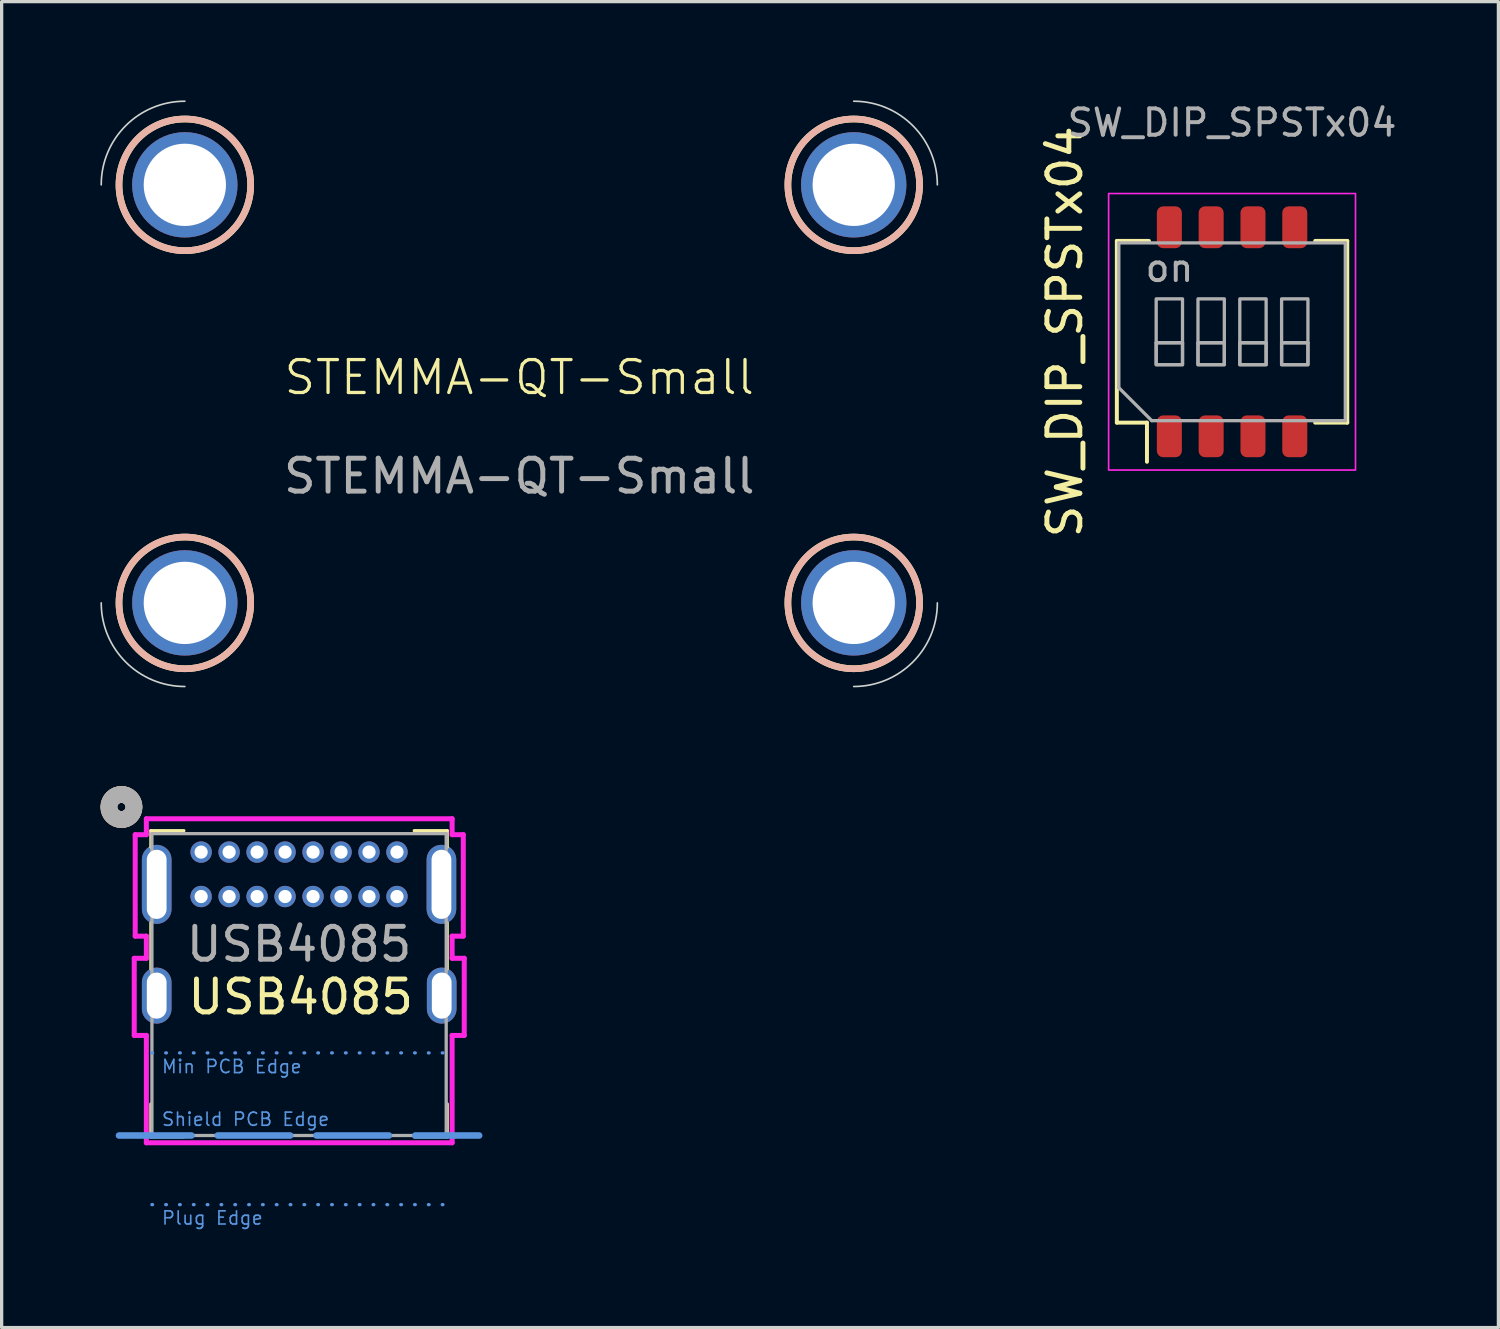
<source format=kicad_pcb>
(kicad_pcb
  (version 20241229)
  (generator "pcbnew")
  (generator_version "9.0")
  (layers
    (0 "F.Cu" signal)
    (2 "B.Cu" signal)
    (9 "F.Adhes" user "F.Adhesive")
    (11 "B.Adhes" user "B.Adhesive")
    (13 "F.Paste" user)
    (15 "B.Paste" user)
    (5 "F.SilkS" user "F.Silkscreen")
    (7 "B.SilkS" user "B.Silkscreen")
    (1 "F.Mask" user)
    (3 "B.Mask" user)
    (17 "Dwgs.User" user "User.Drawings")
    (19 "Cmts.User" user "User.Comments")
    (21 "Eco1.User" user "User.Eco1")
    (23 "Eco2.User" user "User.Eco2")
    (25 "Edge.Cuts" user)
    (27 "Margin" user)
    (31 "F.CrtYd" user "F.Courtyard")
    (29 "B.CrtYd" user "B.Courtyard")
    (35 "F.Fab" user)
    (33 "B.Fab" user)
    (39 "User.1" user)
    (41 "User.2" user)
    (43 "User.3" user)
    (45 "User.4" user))
  (footprint "STEMMA-QT-Small"
    (layer "F.Cu")
    (at 12.725 8.915)
    (property "Reference" "STEMMA-QT-Small" (at 0 -0.5 0) (unlocked yes) (layer "F.SilkS") (effects (font (size 1 1) (thickness 0.1))))
    (attr through_hole)
    (fp_circle (center -10.16 -6.35) (end -8.16 -6.35) (stroke (width 0.203) (type solid)) (fill no) (layer "F.SilkS"))
    (fp_circle (center -10.16 6.35) (end -8.16 6.35) (stroke (width 0.203) (type solid)) (fill no) (layer "F.SilkS"))
    (fp_circle (center 10.16 -6.35) (end 12.16 -6.35) (stroke (width 0.203) (type solid)) (fill no) (layer "F.SilkS"))
    (fp_circle (center 10.16 6.35) (end 12.16 6.35) (stroke (width 0.203) (type solid)) (fill no) (layer "F.SilkS"))
    (fp_circle (center -10.16 -6.35) (end -8.16 -6.35) (stroke (width 0.203) (type solid)) (fill no) (layer "B.SilkS"))
    (fp_circle (center -10.16 6.35) (end -8.16 6.35) (stroke (width 0.203) (type solid)) (fill no) (layer "B.SilkS"))
    (fp_circle (center 10.16 -6.35) (end 12.16 -6.35) (stroke (width 0.203) (type solid)) (fill no) (layer "B.SilkS"))
    (fp_circle (center 10.16 6.35) (end 12.16 6.35) (stroke (width 0.203) (type solid)) (fill no) (layer "B.SilkS"))
    (fp_arc (start -12.7 -6.35) (mid -11.956051 -8.146051) (end -10.16 -8.89) (stroke (width 0.05) (type default)) (layer "Edge.Cuts"))
    (fp_arc (start -10.16 8.89) (mid -11.956051 8.146051) (end -12.7 6.35) (stroke (width 0.05) (type default)) (layer "Edge.Cuts"))
    (fp_arc (start 10.16 -8.89) (mid 11.956051 -8.146051) (end 12.7 -6.35) (stroke (width 0.05) (type default)) (layer "Edge.Cuts"))
    (fp_arc (start 12.7 6.35) (mid 11.956051 8.146051) (end 10.16 8.89) (stroke (width 0.05) (type default)) (layer "Edge.Cuts"))
    (fp_line (start -12.7 6.35) (end -12.7 -6.35) (stroke (width 0.05) (type dash)) (layer "User.3"))
    (fp_line (start -10.16 -8.89) (end 10.16 -8.89) (stroke (width 0.05) (type dash)) (layer "User.3"))
    (fp_line (start 10.16 8.89) (end -10.16 8.89) (stroke (width 0.05) (type dash)) (layer "User.3"))
    (fp_line (start 12.7 -6.35) (end 12.7 6.35) (stroke (width 0.05) (type dash)) (layer "User.3"))
    (fp_text user "${REFERENCE}" (at 0 2.5 0) (unlocked yes) (layer "F.Fab") (effects (font (size 1 1) (thickness 0.15))))
    (pad "MP" thru_hole circle (at -10.16 -6.35) (size 3.2 3.2) (drill 2.5) (layers "*.Cu" "*.Mask"))
    (pad "MP" thru_hole circle (at -10.16 6.35) (size 3.2 3.2) (drill 2.5) (layers "*.Cu" "*.Mask"))
    (pad "MP" thru_hole circle (at 10.16 -6.35) (size 3.2 3.2) (drill 2.5) (layers "*.Cu" "*.Mask"))
    (pad "MP" thru_hole circle (at 10.16 6.35) (size 3.2 3.2) (drill 2.5) (layers "*.Cu" "*.Mask")))
  (footprint "USB4085"
    (layer "F.Cu")
    (at 6.035 24.185)
    (property "Reference" "USB4085" (at 0.05 3.05 0) (unlocked yes) (layer "F.SilkS") (effects (font (size 1 1) (thickness 0.15))))
    (attr through_hole)
    (fp_line (start -4.5 -2) (end -4.5 -1.5) (stroke (width 0.1) (type default)) (layer "F.SilkS"))
    (fp_line (start -4.5 -2) (end -3.5 -2) (stroke (width 0.1) (type default)) (layer "F.SilkS"))
    (fp_line (start -4.5 0.8) (end -4.5 2.2) (stroke (width 0.1) (type default)) (layer "F.SilkS"))
    (fp_line (start -4.5 7.3) (end -4.5 6.3) (stroke (width 0.1) (type default)) (layer "F.SilkS"))
    (fp_line (start -4.5 7.3) (end -3.5 7.3) (stroke (width 0.1) (type default)) (layer "F.SilkS"))
    (fp_line (start 4.5 -2) (end 3.5 -2) (stroke (width 0.1) (type default)) (layer "F.SilkS"))
    (fp_line (start 4.5 -1.5) (end 4.5 -2) (stroke (width 0.1) (type default)) (layer "F.SilkS"))
    (fp_line (start 4.5 0.8) (end 4.5 2.2) (stroke (width 0.1) (type default)) (layer "F.SilkS"))
    (fp_line (start 4.5 7.3) (end 3.5 7.3) (stroke (width 0.1) (type default)) (layer "F.SilkS"))
    (fp_line (start 4.5 7.3) (end 4.5 6.3) (stroke (width 0.1) (type default)) (layer "F.SilkS"))
    (fp_circle (center -5.394 -2.72) (end -5.013 -2.72) (stroke (width 0.508) (type solid)) (fill no) (layer "F.SilkS"))
    (fp_circle (center -5.4 -2.719) (end -5.019 -2.719) (stroke (width 0.508) (type solid)) (fill no) (layer "B.SilkS"))
    (fp_line (start -5.47 7.26) (end 5.47 7.26) (stroke (width 0.2) (type dash)) (layer "Cmts.User"))
    (fp_line (start -4.47 4.75) (end 4.47 4.75) (stroke (width 0.1) (type dot)) (layer "Cmts.User"))
    (fp_line (start -4.47 9.36) (end 4.47 9.36) (stroke (width 0.1) (type dot)) (layer "Cmts.User"))
    (fp_line (start -5.007 1.876) (end -5.007 4.219) (stroke (width 0.152) (type solid)) (layer "F.CrtYd"))
    (fp_line (start -5.007 4.219) (end -4.639 4.219) (stroke (width 0.152) (type solid)) (layer "F.CrtYd"))
    (fp_line (start -4.978 -1.879) (end -4.978 1.204) (stroke (width 0.152) (type solid)) (layer "F.CrtYd"))
    (fp_line (start -4.978 1.204) (end -4.639 1.204) (stroke (width 0.152) (type solid)) (layer "F.CrtYd"))
    (fp_line (start -4.639 1.204) (end -4.639 1.876) (stroke (width 0.152) (type solid)) (layer "F.CrtYd"))
    (fp_line (start -4.639 1.876) (end -5.007 1.876) (stroke (width 0.152) (type solid)) (layer "F.CrtYd"))
    (fp_line (start -4.639 4.219) (end -4.639 7.481) (stroke (width 0.152) (type solid)) (layer "F.CrtYd"))
    (fp_line (start -4.639 7.481) (end 4.65 7.481) (stroke (width 0.152) (type solid)) (layer "F.CrtYd"))
    (fp_line (start -4.639 -2.362) (end -4.639 -1.879) (stroke (width 0.152) (type solid)) (layer "F.CrtYd"))
    (fp_line (start -4.639 -1.879) (end -4.978 -1.879) (stroke (width 0.152) (type solid)) (layer "F.CrtYd"))
    (fp_line (start 4.65 4.219) (end 5.018 4.219) (stroke (width 0.152) (type solid)) (layer "F.CrtYd"))
    (fp_line (start 4.65 7.481) (end 4.65 4.219) (stroke (width 0.152) (type solid)) (layer "F.CrtYd"))
    (fp_line (start 4.65 -1.879) (end 4.65 -2.362) (stroke (width 0.152) (type solid)) (layer "F.CrtYd"))
    (fp_line (start 4.65 1.204) (end 4.989 1.204) (stroke (width 0.152) (type solid)) (layer "F.CrtYd"))
    (fp_line (start 4.65 1.876) (end 4.65 1.204) (stroke (width 0.152) (type solid)) (layer "F.CrtYd"))
    (fp_line (start 4.65 -2.362) (end -4.639 -2.362) (stroke (width 0.152) (type solid)) (layer "F.CrtYd"))
    (fp_line (start 4.989 -1.879) (end 4.65 -1.879) (stroke (width 0.152) (type solid)) (layer "F.CrtYd"))
    (fp_line (start 4.989 1.204) (end 4.989 -1.879) (stroke (width 0.152) (type solid)) (layer "F.CrtYd"))
    (fp_line (start 5.018 1.876) (end 4.65 1.876) (stroke (width 0.152) (type solid)) (layer "F.CrtYd"))
    (fp_line (start 5.018 4.219) (end 5.018 1.876) (stroke (width 0.152) (type solid)) (layer "F.CrtYd"))
    (fp_line (start -4.47 -1.91) (end -4.47 7.26) (stroke (width 0.1) (type default)) (layer "F.Fab"))
    (fp_line (start -4.47 -1.91) (end 4.47 -1.91) (stroke (width 0.1) (type solid)) (layer "F.Fab"))
    (fp_line (start -4.47 7.26) (end 4.47 7.26) (stroke (width 0.1) (type solid)) (layer "F.Fab"))
    (fp_line (start 4.47 -1.91) (end 4.47 7.26) (stroke (width 0.1) (type default)) (layer "F.Fab"))
    (fp_circle (center -5.394 -2.72) (end -5.013 -2.72) (stroke (width 0.508) (type solid)) (fill no) (layer "F.Fab"))
    (fp_text user "Min PCB Edge" (at -4.2 5.4 0) (unlocked yes) (layer "Cmts.User") (effects (font (size 0.4 0.4) (thickness 0.05)) (justify left bottom)))
    (fp_text user "Plug Edge" (at -4.2 10 0) (unlocked yes) (layer "Cmts.User") (effects (font (size 0.4 0.4) (thickness 0.05)) (justify left bottom)))
    (fp_text user "Shield PCB Edge" (at -4.2 7 0) (unlocked yes) (layer "Cmts.User") (effects (font (size 0.4 0.4) (thickness 0.05)) (justify left bottom)))
    (fp_text user "${REFERENCE}" (at 0 1.45 0) (unlocked yes) (layer "F.Fab") (effects (font (size 1 1) (thickness 0.15))))
    (pad "" np_thru_hole oval (at -4.325 -0.37 90) (size 2.4 0.9) (drill oval 2.1 0.6) (layers "*.Cu" "*.Mask"))
    (pad "" np_thru_hole oval (at -4.325 3.01 90) (size 1.7 0.9) (drill oval 1.4 0.6) (layers "*.Cu" "*.Mask"))
    (pad "" np_thru_hole oval (at 4.325 -0.37 90) (size 2.4 0.9) (drill oval 2.1 0.6) (layers "*.Cu" "*.Mask"))
    (pad "" np_thru_hole oval (at 4.333 3.01 90) (size 1.7 0.9) (drill oval 1.4 0.6) (layers "*.Cu" "*.Mask"))
    (pad "A1" thru_hole circle (at -2.975 -1.35) (size 0.65 0.65) (drill 0.4) (layers "*.Cu" "*.Mask"))
    (pad "A4" thru_hole circle (at -2.125 -1.35) (size 0.65 0.65) (drill 0.4) (layers "*.Cu" "*.Mask"))
    (pad "A5" thru_hole circle (at -1.275 -1.35) (size 0.65 0.65) (drill 0.4) (layers "*.Cu" "*.Mask"))
    (pad "A6" thru_hole circle (at -0.425 -1.35) (size 0.65 0.65) (drill 0.4) (layers "*.Cu" "*.Mask"))
    (pad "A7" thru_hole circle (at 0.425 -1.35) (size 0.65 0.65) (drill 0.4) (layers "*.Cu" "*.Mask"))
    (pad "A8" thru_hole circle (at 1.275 -1.35) (size 0.65 0.65) (drill 0.4) (layers "*.Cu" "*.Mask"))
    (pad "A9" thru_hole circle (at 2.125 -1.35) (size 0.65 0.65) (drill 0.4) (layers "*.Cu" "*.Mask"))
    (pad "A12" thru_hole circle (at 2.975 -1.35) (size 0.65 0.65) (drill 0.4) (layers "*.Cu" "*.Mask"))
    (pad "B1" thru_hole circle (at 2.975 0) (size 0.65 0.65) (drill 0.4) (layers "*.Cu" "*.Mask"))
    (pad "B4" thru_hole circle (at 2.125 0) (size 0.65 0.65) (drill 0.4) (layers "*.Cu" "*.Mask"))
    (pad "B5" thru_hole circle (at 1.275 0) (size 0.65 0.65) (drill 0.4) (layers "*.Cu" "*.Mask"))
    (pad "B6" thru_hole circle (at 0.425 0) (size 0.65 0.65) (drill 0.4) (layers "*.Cu" "*.Mask"))
    (pad "B7" thru_hole circle (at -0.425 0) (size 0.65 0.65) (drill 0.4) (layers "*.Cu" "*.Mask"))
    (pad "B8" thru_hole circle (at -1.275 0) (size 0.65 0.65) (drill 0.4) (layers "*.Cu" "*.Mask"))
    (pad "B9" thru_hole circle (at -2.125 0) (size 0.65 0.65) (drill 0.4) (layers "*.Cu" "*.Mask"))
    (pad "B12" thru_hole circle (at -2.975 0) (size 0.65 0.65) (drill 0.4) (layers "*.Cu" "*.Mask")))
  (footprint "SW_DIP_SPSTx04"
    (layer "F.Cu")
    (at 34.378 7.029)
    (property "Reference" "SW_DIP_SPSTx04" (at -5.08 0 90) (layer "F.SilkS") (effects (font (size 1 1) (thickness 0.15))))
    (attr smd)
    (fp_line (start -3.5 -2.76) (end -2.525 -2.76) (stroke (width 0.12) (type solid)) (layer "F.SilkS"))
    (fp_line (start -3.5 2.76) (end -3.5 -2.76) (stroke (width 0.12) (type solid)) (layer "F.SilkS"))
    (fp_line (start -3.5 2.76) (end -2.585 2.76) (stroke (width 0.12) (type solid)) (layer "F.SilkS"))
    (fp_line (start -2.585 3.95) (end -2.585 2.76) (stroke (width 0.12) (type solid)) (layer "F.SilkS"))
    (fp_line (start 3.5 -2.76) (end 2.525 -2.76) (stroke (width 0.12) (type solid)) (layer "F.SilkS"))
    (fp_line (start 3.5 2.76) (end 2.525 2.76) (stroke (width 0.12) (type solid)) (layer "F.SilkS"))
    (fp_line (start 3.5 2.76) (end 3.5 -2.76) (stroke (width 0.12) (type solid)) (layer "F.SilkS"))
    (fp_rect (start -3.75 -4.2) (end 3.75 4.2) (stroke (width 0.05) (type solid)) (fill no) (layer "F.CrtYd"))
    (fp_line (start -3.44 -2.7) (end 3.44 -2.7) (stroke (width 0.1) (type solid)) (layer "F.Fab"))
    (fp_line (start -3.44 1.7) (end -3.44 -2.7) (stroke (width 0.1) (type solid)) (layer "F.Fab"))
    (fp_line (start -2.44 2.7) (end -3.44 1.7) (stroke (width 0.1) (type solid)) (layer "F.Fab"))
    (fp_line (start -2.305 0.333) (end -1.505 0.333) (stroke (width 0.1) (type solid)) (layer "F.Fab"))
    (fp_line (start -1.035 0.333) (end -0.235 0.333) (stroke (width 0.1) (type solid)) (layer "F.Fab"))
    (fp_line (start 0.235 0.333) (end 1.035 0.333) (stroke (width 0.1) (type solid)) (layer "F.Fab"))
    (fp_line (start 1.505 0.333) (end 2.305 0.333) (stroke (width 0.1) (type solid)) (layer "F.Fab"))
    (fp_line (start 3.44 -2.7) (end 3.44 2.7) (stroke (width 0.1) (type solid)) (layer "F.Fab"))
    (fp_line (start 3.44 2.7) (end -2.44 2.7) (stroke (width 0.1) (type solid)) (layer "F.Fab"))
    (fp_rect (start -2.305 -1) (end -1.505 1) (stroke (width 0.1) (type solid)) (fill no) (layer "F.Fab"))
    (fp_rect (start -2.305 0.333) (end -1.505 1) (stroke (width 0.1) (type solid)) (fill no) (layer "F.Fab"))
    (fp_rect (start -1.035 -1) (end -0.235 1) (stroke (width 0.1) (type solid)) (fill no) (layer "F.Fab"))
    (fp_rect (start -1.035 0.333) (end -0.235 1) (stroke (width 0.1) (type solid)) (fill no) (layer "F.Fab"))
    (fp_rect (start 0.235 -1) (end 1.035 1) (stroke (width 0.1) (type solid)) (fill no) (layer "F.Fab"))
    (fp_rect (start 0.235 0.333) (end 1.035 1) (stroke (width 0.1) (type solid)) (fill no) (layer "F.Fab"))
    (fp_rect (start 1.505 -1) (end 2.305 1) (stroke (width 0.1) (type solid)) (fill no) (layer "F.Fab"))
    (fp_rect (start 1.505 0.333) (end 2.305 1) (stroke (width 0.1) (type solid)) (fill no) (layer "F.Fab"))
    (fp_text user "${REFERENCE}" (at 0 -6.35 180) (layer "F.Fab") (effects (font (size 0.8 0.8) (thickness 0.12))))
    (fp_text user "on" (at -1.901 -1.935 180) (layer "F.Fab") (effects (font (size 0.8 0.8) (thickness 0.12))))
    (pad "1" smd roundrect (at -1.905 3.175 90) (size 1.27 0.76) (layers "F.Cu" "F.Mask" "F.Paste") (roundrect_rratio 0.25))
    (pad "2" smd roundrect (at -0.635 3.175 90) (size 1.27 0.76) (layers "F.Cu" "F.Mask" "F.Paste") (roundrect_rratio 0.25))
    (pad "3" smd roundrect (at 0.635 3.175 90) (size 1.27 0.76) (layers "F.Cu" "F.Mask" "F.Paste") (roundrect_rratio 0.25))
    (pad "4" smd roundrect (at 1.905 3.175 90) (size 1.27 0.76) (layers "F.Cu" "F.Mask" "F.Paste") (roundrect_rratio 0.25))
    (pad "5" smd roundrect (at 1.905 -3.175 90) (size 1.27 0.76) (layers "F.Cu" "F.Mask" "F.Paste") (roundrect_rratio 0.25))
    (pad "6" smd roundrect (at 0.635 -3.175 90) (size 1.27 0.76) (layers "F.Cu" "F.Mask" "F.Paste") (roundrect_rratio 0.25))
    (pad "7" smd roundrect (at -0.635 -3.175 90) (size 1.27 0.76) (layers "F.Cu" "F.Mask" "F.Paste") (roundrect_rratio 0.25))
    (pad "8" smd roundrect (at -1.905 -3.175 90) (size 1.27 0.76) (layers "F.Cu" "F.Mask" "F.Paste") (roundrect_rratio 0.25)))
  (gr_rect
    (start -3 -3)
    (end 42.469 37.279)
    (stroke (width 0.1) (type default))
    (fill no)
    (layer "Edge.Cuts")))
</source>
